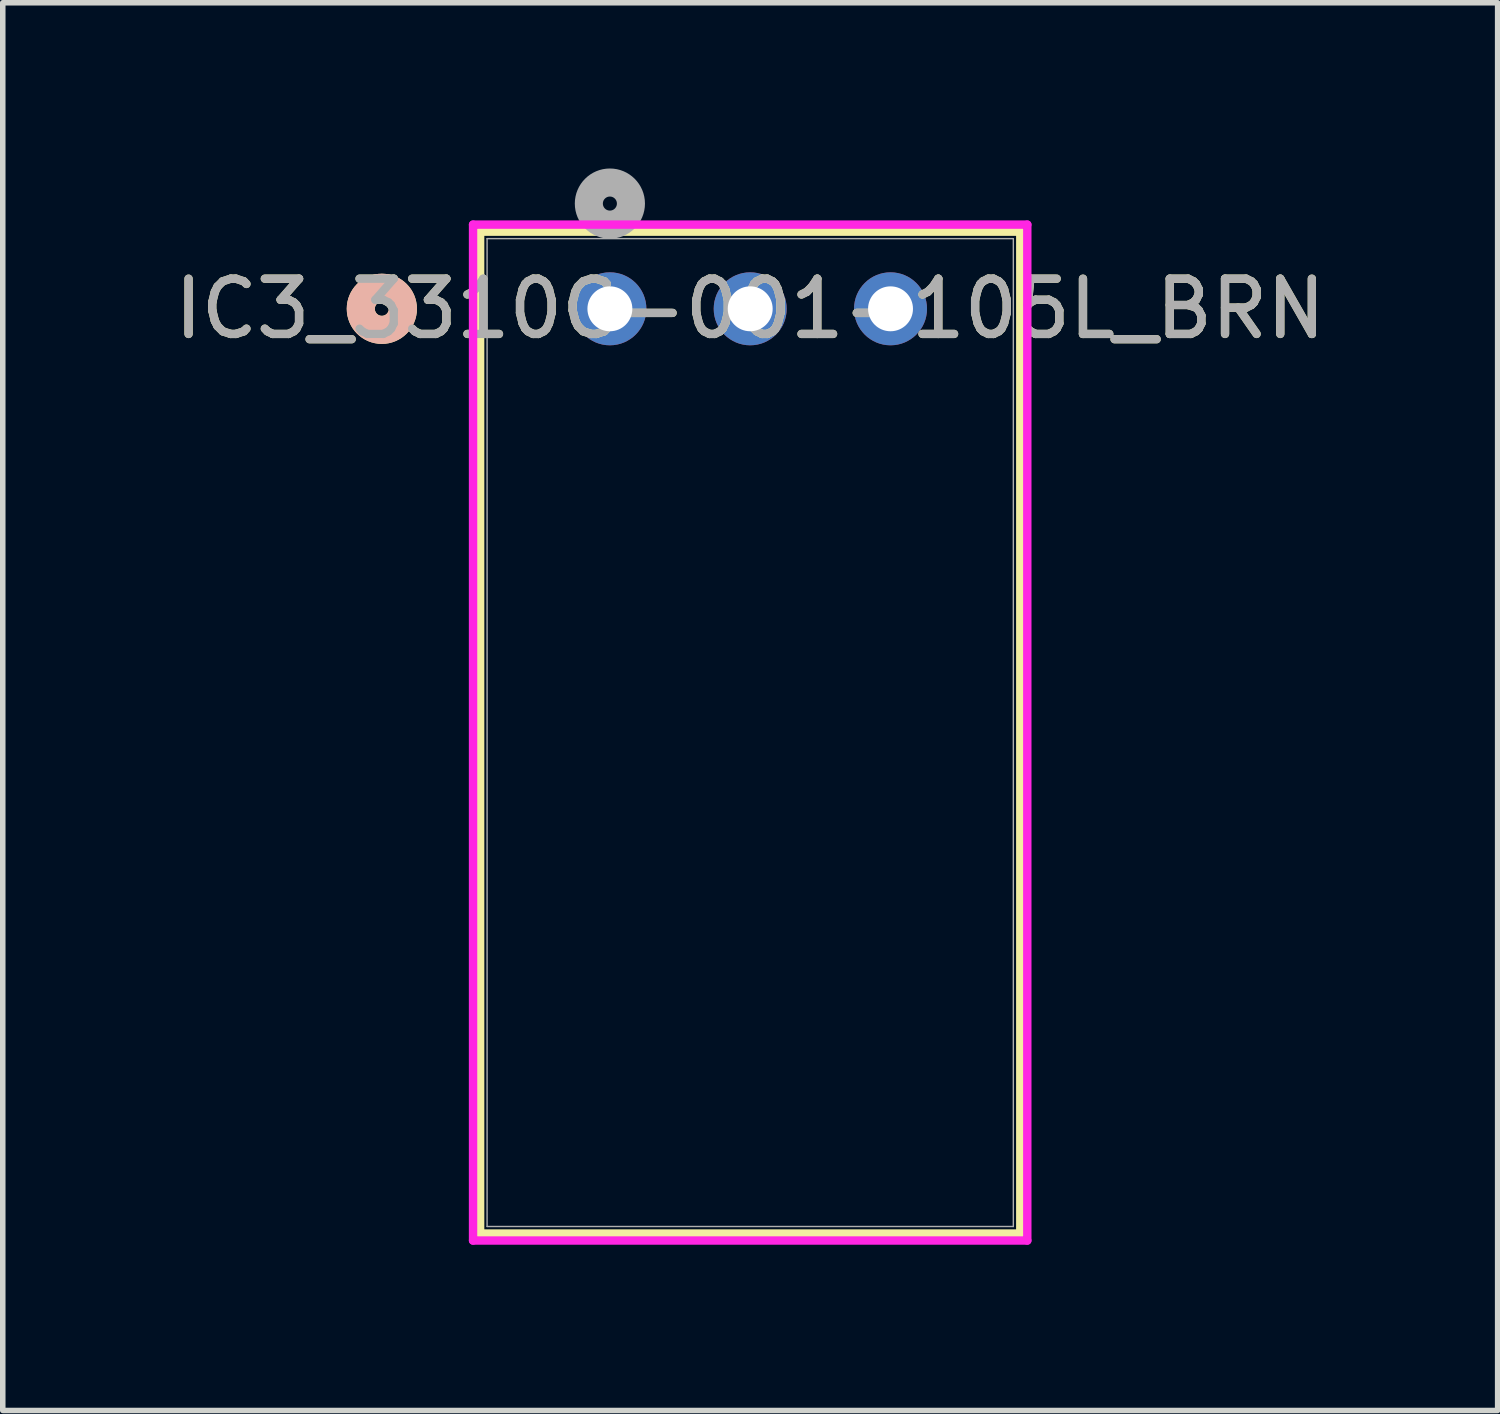
<source format=kicad_pcb>
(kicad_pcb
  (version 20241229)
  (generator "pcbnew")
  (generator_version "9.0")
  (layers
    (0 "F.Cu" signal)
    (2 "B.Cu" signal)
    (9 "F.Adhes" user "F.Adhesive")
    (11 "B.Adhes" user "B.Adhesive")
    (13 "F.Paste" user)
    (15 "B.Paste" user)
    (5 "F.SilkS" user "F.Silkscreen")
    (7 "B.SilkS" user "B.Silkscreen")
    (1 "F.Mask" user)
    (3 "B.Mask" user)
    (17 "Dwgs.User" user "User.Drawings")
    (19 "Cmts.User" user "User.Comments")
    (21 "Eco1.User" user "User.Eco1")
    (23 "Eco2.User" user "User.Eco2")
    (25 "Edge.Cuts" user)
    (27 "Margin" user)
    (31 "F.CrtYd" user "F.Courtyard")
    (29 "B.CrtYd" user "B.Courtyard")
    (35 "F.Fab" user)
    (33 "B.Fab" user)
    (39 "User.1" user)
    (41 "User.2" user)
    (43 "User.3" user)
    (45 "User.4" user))
  (footprint "IC3_3310C-001-105L_BRN"
    (layer "F.Cu")
    (at 7.99 2.54)
    (property "Reference" "IC3_3310C-001-105L_BRN" (at 2.54 0 0) (unlocked yes) (layer "F.SilkS") (effects (font (size 1 1) (thickness 0.15))))
    (attr through_hole)
    (fp_line (start -2.349 -1.397) (end -2.349 16.739) (stroke (width 0.152) (type solid)) (layer "F.SilkS"))
    (fp_line (start -2.349 16.739) (end 7.429 16.739) (stroke (width 0.152) (type solid)) (layer "F.SilkS"))
    (fp_line (start 7.429 -1.397) (end -2.349 -1.397) (stroke (width 0.152) (type solid)) (layer "F.SilkS"))
    (fp_line (start 7.429 16.739) (end 7.429 -1.397) (stroke (width 0.152) (type solid)) (layer "F.SilkS"))
    (fp_circle (center -4.128 0) (end -3.747 0) (stroke (width 0.508) (type solid)) (fill no) (layer "F.SilkS"))
    (fp_circle (center -4.128 0) (end -3.747 0) (stroke (width 0.508) (type solid)) (fill no) (layer "B.SilkS"))
    (fp_line (start -2.477 -1.524) (end -2.477 16.866) (stroke (width 0.152) (type solid)) (layer "F.CrtYd"))
    (fp_line (start -2.477 16.866) (end 7.556 16.866) (stroke (width 0.152) (type solid)) (layer "F.CrtYd"))
    (fp_line (start 7.556 -1.524) (end -2.477 -1.524) (stroke (width 0.152) (type solid)) (layer "F.CrtYd"))
    (fp_line (start 7.556 16.866) (end 7.556 -1.524) (stroke (width 0.152) (type solid)) (layer "F.CrtYd"))
    (fp_line (start -2.223 -1.27) (end -2.223 16.612) (stroke (width 0.025) (type solid)) (layer "F.Fab"))
    (fp_line (start -2.223 16.612) (end 7.303 16.612) (stroke (width 0.025) (type solid)) (layer "F.Fab"))
    (fp_line (start 7.303 -1.27) (end -2.223 -1.27) (stroke (width 0.025) (type solid)) (layer "F.Fab"))
    (fp_line (start 7.303 16.612) (end 7.303 -1.27) (stroke (width 0.025) (type solid)) (layer "F.Fab"))
    (fp_circle (center 0 -1.905) (end 0.381 -1.905) (stroke (width 0.508) (type solid)) (fill no) (layer "F.Fab"))
    (fp_text user "${REFERENCE}" (at 2.54 0 0) (unlocked yes) (layer "F.Fab") (effects (font (size 1 1) (thickness 0.15))))
    (pad "1" thru_hole circle (at 0 0) (size 1.321 1.321) (drill 0.813) (layers "*.Cu" "*.Mask"))
    (pad "2" thru_hole circle (at 2.54 0) (size 1.321 1.321) (drill 0.813) (layers "*.Cu" "*.Mask"))
    (pad "3" thru_hole circle (at 5.08 0) (size 1.321 1.321) (drill 0.813) (layers "*.Cu" "*.Mask")))
  (gr_rect
    (start -3 -3)
    (end 24.06 22.482)
    (stroke (width 0.1) (type default))
    (fill no)
    (layer "Edge.Cuts")))
</source>
